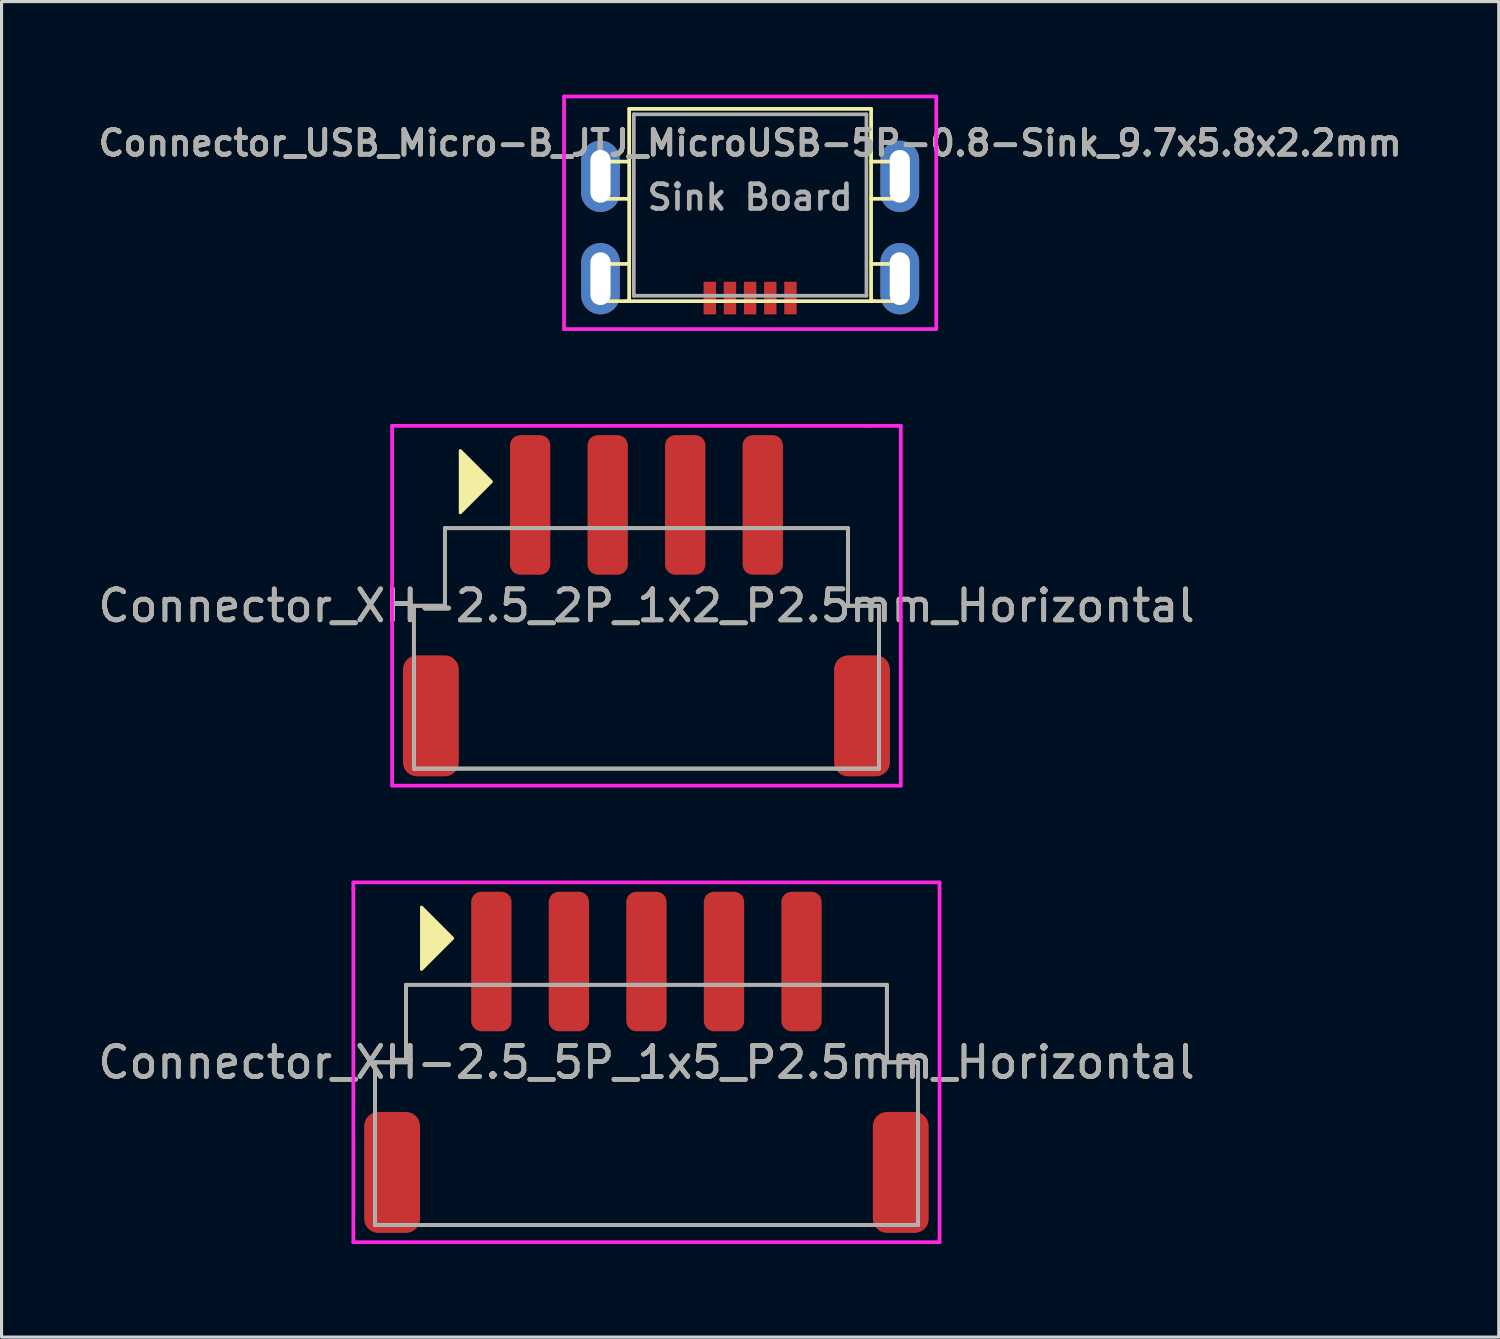
<source format=kicad_pcb>
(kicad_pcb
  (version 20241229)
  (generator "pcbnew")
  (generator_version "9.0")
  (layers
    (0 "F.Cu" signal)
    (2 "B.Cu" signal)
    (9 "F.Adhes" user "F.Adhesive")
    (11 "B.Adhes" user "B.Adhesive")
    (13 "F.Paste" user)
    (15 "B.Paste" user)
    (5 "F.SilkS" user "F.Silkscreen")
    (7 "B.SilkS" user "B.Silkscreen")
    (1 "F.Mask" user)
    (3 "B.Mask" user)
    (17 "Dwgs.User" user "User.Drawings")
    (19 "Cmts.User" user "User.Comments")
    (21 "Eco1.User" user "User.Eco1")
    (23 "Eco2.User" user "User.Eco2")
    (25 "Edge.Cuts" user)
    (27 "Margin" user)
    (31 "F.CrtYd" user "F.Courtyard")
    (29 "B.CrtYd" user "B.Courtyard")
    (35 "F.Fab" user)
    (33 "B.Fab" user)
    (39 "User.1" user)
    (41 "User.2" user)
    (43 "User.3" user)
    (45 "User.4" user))
  (footprint "Connector_XH-2.5_2P_1x2_P2.5mm_Horizontal"
    (layer "F.Cu")
    (at 17.792 16.48)
    (property "Reference" "Connector_XH-2.5_2P_1x2_P2.5mm_Horizontal" (at 0 0 0) (layer "F.SilkS") (effects (font (size 1 1) (thickness 0.15))))
    (attr smd)
    (fp_line (start -7.5 0) (end -7.5 5.25) (stroke (width 0.12) (type solid)) (layer "F.SilkS"))
    (fp_line (start -7.5 5.25) (end 7.5 5.25) (stroke (width 0.12) (type solid)) (layer "F.SilkS"))
    (fp_line (start -6.5 -2.5) (end -6.5 0) (stroke (width 0.12) (type solid)) (layer "F.SilkS"))
    (fp_line (start -6.5 0) (end -7.5 0) (stroke (width 0.12) (type solid)) (layer "F.SilkS"))
    (fp_line (start 6.5 -2.5) (end -6.5 -2.5) (stroke (width 0.12) (type solid)) (layer "F.SilkS"))
    (fp_line (start 6.5 0) (end 6.5 -2.5) (stroke (width 0.12) (type solid)) (layer "F.SilkS"))
    (fp_line (start 7.5 0) (end 6.5 0) (stroke (width 0.12) (type solid)) (layer "F.SilkS"))
    (fp_line (start 7.5 5.25) (end 7.5 0) (stroke (width 0.12) (type solid)) (layer "F.SilkS"))
    (fp_poly (pts (xy -6 -5) (xy -6 -3) (xy -5 -4)) (stroke (width 0.1) (type solid)) (fill yes) (layer "F.SilkS"))
    (fp_line (start -8.2 -5.8) (end 7.2 -5.8) (stroke (width 0.12) (type solid)) (layer "F.CrtYd"))
    (fp_line (start -8.2 -5.6) (end -8.2 -5.8) (stroke (width 0.12) (type solid)) (layer "F.CrtYd"))
    (fp_line (start -8.2 5.8) (end -8.2 -5.6) (stroke (width 0.12) (type solid)) (layer "F.CrtYd"))
    (fp_line (start 7.2 -5.8) (end 8.2 -5.8) (stroke (width 0.12) (type solid)) (layer "F.CrtYd"))
    (fp_line (start 8.2 -5.8) (end 8.2 5.8) (stroke (width 0.12) (type solid)) (layer "F.CrtYd"))
    (fp_line (start 8.2 5.8) (end -8.2 5.8) (stroke (width 0.12) (type solid)) (layer "F.CrtYd"))
    (fp_line (start -7.5 0) (end -6.5 0) (stroke (width 0.12) (type solid)) (layer "F.Fab"))
    (fp_line (start -7.5 5.25) (end -7.5 0) (stroke (width 0.12) (type solid)) (layer "F.Fab"))
    (fp_line (start -6.5 -2.5) (end 6.5 -2.5) (stroke (width 0.12) (type solid)) (layer "F.Fab"))
    (fp_line (start -6.5 0) (end -6.5 -2.5) (stroke (width 0.12) (type solid)) (layer "F.Fab"))
    (fp_line (start 6.5 -2.5) (end 6.5 0) (stroke (width 0.12) (type solid)) (layer "F.Fab"))
    (fp_line (start 6.5 0) (end 7.5 0) (stroke (width 0.12) (type solid)) (layer "F.Fab"))
    (fp_line (start 7.5 0) (end 7.5 5.25) (stroke (width 0.12) (type solid)) (layer "F.Fab"))
    (fp_line (start 7.5 5.25) (end -7.5 5.25) (stroke (width 0.12) (type solid)) (layer "F.Fab"))
    (fp_text user "${REFERENCE}" (at 0 0 0) (layer "F.Fab") (effects (font (size 1 1) (thickness 0.15))))
    (pad "1" smd roundrect (at -3.75 -3.25 270) (size 4.5 1.3) (layers "F.Cu" "F.Mask" "F.Paste") (roundrect_rratio 0.25))
    (pad "2" smd roundrect (at -1.25 -3.25 270) (size 4.5 1.3) (layers "F.Cu" "F.Mask" "F.Paste") (roundrect_rratio 0.25))
    (pad "3" smd roundrect (at 1.25 -3.25 270) (size 4.5 1.3) (layers "F.Cu" "F.Mask" "F.Paste") (roundrect_rratio 0.25))
    (pad "4" smd roundrect (at 3.75 -3.25 270) (size 4.5 1.3) (layers "F.Cu" "F.Mask" "F.Paste") (roundrect_rratio 0.25))
    (pad "MP" smd roundrect (at -6.95 3.55 90) (size 3.9 1.8) (layers "F.Cu" "F.Mask" "F.Paste") (roundrect_rratio 0.25))
    (pad "MP" smd roundrect (at 6.95 3.55 90) (size 3.9 1.8) (layers "F.Cu" "F.Mask" "F.Paste") (roundrect_rratio 0.25)))
  (footprint "Connector_XH-2.5_5P_1x5_P2.5mm_Horizontal"
    (layer "F.Cu")
    (at 17.792 31.2)
    (property "Reference" "Connector_XH-2.5_5P_1x5_P2.5mm_Horizontal" (at 0 0 0) (layer "F.SilkS") (effects (font (size 1 1) (thickness 0.15))))
    (attr smd)
    (fp_line (start -8.75 0) (end -8.75 5.25) (stroke (width 0.12) (type solid)) (layer "F.SilkS"))
    (fp_line (start -8.75 5.25) (end 8.75 5.25) (stroke (width 0.12) (type solid)) (layer "F.SilkS"))
    (fp_line (start -7.75 -2.5) (end -7.75 0) (stroke (width 0.12) (type solid)) (layer "F.SilkS"))
    (fp_line (start -7.75 0) (end -8.75 0) (stroke (width 0.12) (type solid)) (layer "F.SilkS"))
    (fp_line (start 7.75 -2.5) (end -7.75 -2.5) (stroke (width 0.12) (type solid)) (layer "F.SilkS"))
    (fp_line (start 7.75 0) (end 7.75 -2.5) (stroke (width 0.12) (type solid)) (layer "F.SilkS"))
    (fp_line (start 8.75 0) (end 7.75 0) (stroke (width 0.12) (type solid)) (layer "F.SilkS"))
    (fp_line (start 8.75 5.25) (end 8.75 0) (stroke (width 0.12) (type solid)) (layer "F.SilkS"))
    (fp_poly (pts (xy -7.25 -5) (xy -7.25 -3) (xy -6.25 -4)) (stroke (width 0.1) (type solid)) (fill yes) (layer "F.SilkS"))
    (fp_line (start -9.45 -5.8) (end 9.45 -5.8) (stroke (width 0.12) (type solid)) (layer "F.CrtYd"))
    (fp_line (start -9.45 -5.6) (end -9.45 -5.8) (stroke (width 0.12) (type solid)) (layer "F.CrtYd"))
    (fp_line (start -9.45 5.8) (end -9.45 -5.6) (stroke (width 0.12) (type solid)) (layer "F.CrtYd"))
    (fp_line (start 9.45 -5.8) (end 9.45 5.8) (stroke (width 0.12) (type solid)) (layer "F.CrtYd"))
    (fp_line (start 9.45 5.8) (end -9.45 5.8) (stroke (width 0.12) (type solid)) (layer "F.CrtYd"))
    (fp_line (start -8.75 0) (end -7.75 0) (stroke (width 0.12) (type solid)) (layer "F.Fab"))
    (fp_line (start -8.75 5.25) (end -8.75 0) (stroke (width 0.12) (type solid)) (layer "F.Fab"))
    (fp_line (start -7.75 -2.5) (end 7.75 -2.5) (stroke (width 0.12) (type solid)) (layer "F.Fab"))
    (fp_line (start -7.75 0) (end -7.75 -2.5) (stroke (width 0.12) (type solid)) (layer "F.Fab"))
    (fp_line (start 7.75 -2.5) (end 7.75 0) (stroke (width 0.12) (type solid)) (layer "F.Fab"))
    (fp_line (start 7.75 0) (end 8.75 0) (stroke (width 0.12) (type solid)) (layer "F.Fab"))
    (fp_line (start 8.75 0) (end 8.75 5.25) (stroke (width 0.12) (type solid)) (layer "F.Fab"))
    (fp_line (start 8.75 5.25) (end -8.75 5.25) (stroke (width 0.12) (type solid)) (layer "F.Fab"))
    (fp_text user "${REFERENCE}" (at 0 0 0) (layer "F.Fab") (effects (font (size 1 1) (thickness 0.15))))
    (pad "1" smd roundrect (at -5 -3.25 270) (size 4.5 1.3) (layers "F.Cu" "F.Mask" "F.Paste") (roundrect_rratio 0.25))
    (pad "2" smd roundrect (at -2.5 -3.25 270) (size 4.5 1.3) (layers "F.Cu" "F.Mask" "F.Paste") (roundrect_rratio 0.25))
    (pad "3" smd roundrect (at 0 -3.25 270) (size 4.5 1.3) (layers "F.Cu" "F.Mask" "F.Paste") (roundrect_rratio 0.25))
    (pad "4" smd roundrect (at 2.5 -3.25 270) (size 4.5 1.3) (layers "F.Cu" "F.Mask" "F.Paste") (roundrect_rratio 0.25))
    (pad "5" smd roundrect (at 5 -3.25 270) (size 4.5 1.3) (layers "F.Cu" "F.Mask" "F.Paste") (roundrect_rratio 0.25))
    (pad "MP" smd roundrect (at -8.2 3.55 90) (size 3.9 1.8) (layers "F.Cu" "F.Mask" "F.Paste") (roundrect_rratio 0.25))
    (pad "MP" smd roundrect (at 8.2 3.55 90) (size 3.9 1.8) (layers "F.Cu" "F.Mask" "F.Paste") (roundrect_rratio 0.25)))
  (footprint "Connector_USB_Micro-B_JTJ_MicroUSB-5P-0.8-Sink_9.7x5.8x2.2mm"
    (layer "F.Cu")
    (at 21.135 3.56)
    (property "Reference" "Connector_USB_Micro-B_JTJ_MicroUSB-5P-0.8-Sink_9.7x5.8x2.2mm" (at 0 -2 0) (layer "F.SilkS") (effects (font (size 0.8 0.8) (thickness 0.15))))
    (attr smd)
    (fp_line (start -5 -1.4) (end -3.9 -1.4) (stroke (width 0.12) (type solid)) (layer "F.SilkS"))
    (fp_line (start -5 -0.2) (end -5 -1.4) (stroke (width 0.12) (type solid)) (layer "F.SilkS"))
    (fp_line (start -5 1.9) (end -3.9 1.9) (stroke (width 0.12) (type solid)) (layer "F.SilkS"))
    (fp_line (start -5 3.1) (end -5 1.9) (stroke (width 0.12) (type solid)) (layer "F.SilkS"))
    (fp_line (start -4 3.1) (end 4 3.1) (stroke (width 0.12) (type solid)) (layer "F.SilkS"))
    (fp_line (start -3.9 -3.1) (end -3.9 3.1) (stroke (width 0.12) (type solid)) (layer "F.SilkS"))
    (fp_line (start -3.9 -0.2) (end -5 -0.2) (stroke (width 0.12) (type solid)) (layer "F.SilkS"))
    (fp_line (start -3.9 3.1) (end -5 3.1) (stroke (width 0.12) (type solid)) (layer "F.SilkS"))
    (fp_line (start 3.9 -3.1) (end -3.9 -3.1) (stroke (width 0.12) (type solid)) (layer "F.SilkS"))
    (fp_line (start 3.9 -1.4) (end 5 -1.4) (stroke (width 0.12) (type solid)) (layer "F.SilkS"))
    (fp_line (start 3.9 1.9) (end 5 1.9) (stroke (width 0.12) (type solid)) (layer "F.SilkS"))
    (fp_line (start 3.9 3.1) (end 3.9 -3.1) (stroke (width 0.12) (type solid)) (layer "F.SilkS"))
    (fp_line (start 5 -1.4) (end 5 -0.2) (stroke (width 0.12) (type solid)) (layer "F.SilkS"))
    (fp_line (start 5 -0.2) (end 3.9 -0.2) (stroke (width 0.12) (type solid)) (layer "F.SilkS"))
    (fp_line (start 5 1.9) (end 5 3.1) (stroke (width 0.12) (type solid)) (layer "F.SilkS"))
    (fp_line (start 5 3.1) (end 3.9 3.1) (stroke (width 0.12) (type solid)) (layer "F.SilkS"))
    (fp_line (start -6 -3.5) (end 6 -3.5) (stroke (width 0.12) (type solid)) (layer "F.CrtYd"))
    (fp_line (start -6 4) (end -6 -3.5) (stroke (width 0.12) (type solid)) (layer "F.CrtYd"))
    (fp_line (start -6 4) (end 6 4) (stroke (width 0.12) (type solid)) (layer "F.CrtYd"))
    (fp_line (start 6 4) (end 6 -3.5) (stroke (width 0.12) (type solid)) (layer "F.CrtYd"))
    (fp_line (start -3.75 -2.925) (end -3.75 2.925) (stroke (width 0.12) (type solid)) (layer "F.Fab"))
    (fp_line (start -3.75 2.925) (end 3.75 2.925) (stroke (width 0.12) (type solid)) (layer "F.Fab"))
    (fp_line (start 3.75 -2.925) (end -3.75 -2.925) (stroke (width 0.12) (type solid)) (layer "F.Fab"))
    (fp_line (start 3.75 2.925) (end 3.75 -2.925) (stroke (width 0.12) (type solid)) (layer "F.Fab"))
    (fp_text user "Sink Board" (at 0 -0.25 0) (layer "F.Fab") (effects (font (size 0.8 0.8) (thickness 0.15))))
    (fp_text user "${REFERENCE}" (at 0 -2 0) (layer "F.Fab") (effects (font (size 0.8 0.8) (thickness 0.15))))
    (pad "1" smd rect (at 1.3 3) (size 0.4 1.05) (layers "F.Cu" "F.Mask" "F.Paste"))
    (pad "2" smd rect (at 0.65 3) (size 0.4 1.05) (layers "F.Cu" "F.Mask" "F.Paste"))
    (pad "3" smd rect (at 0 3) (size 0.4 1.05) (layers "F.Cu" "F.Mask" "F.Paste"))
    (pad "4" smd rect (at -0.65 3) (size 0.4 1.05) (layers "F.Cu" "F.Mask" "F.Paste"))
    (pad "5" smd rect (at -1.3 3) (size 0.4 1.05) (layers "F.Cu" "F.Mask" "F.Paste"))
    (pad "6" thru_hole oval (at -4.825 -0.925) (size 1.25 2.3) (drill oval 0.65 1.7) (layers "*.Cu" "*.Mask"))
    (pad "6" thru_hole oval (at -4.825 2.375) (size 1.25 2.3) (drill oval 0.65 1.7) (layers "*.Cu" "*.Mask"))
    (pad "6" thru_hole oval (at 4.825 -0.925) (size 1.25 2.3) (drill oval 0.65 1.7) (layers "*.Cu" "*.Mask"))
    (pad "6" thru_hole oval (at 4.825 2.375) (size 1.25 2.3) (drill oval 0.65 1.7) (layers "*.Cu" "*.Mask")))
  (gr_rect
    (start -3 -3)
    (end 45.271 40.06)
    (stroke (width 0.1) (type default))
    (fill no)
    (layer "Edge.Cuts")))
</source>
